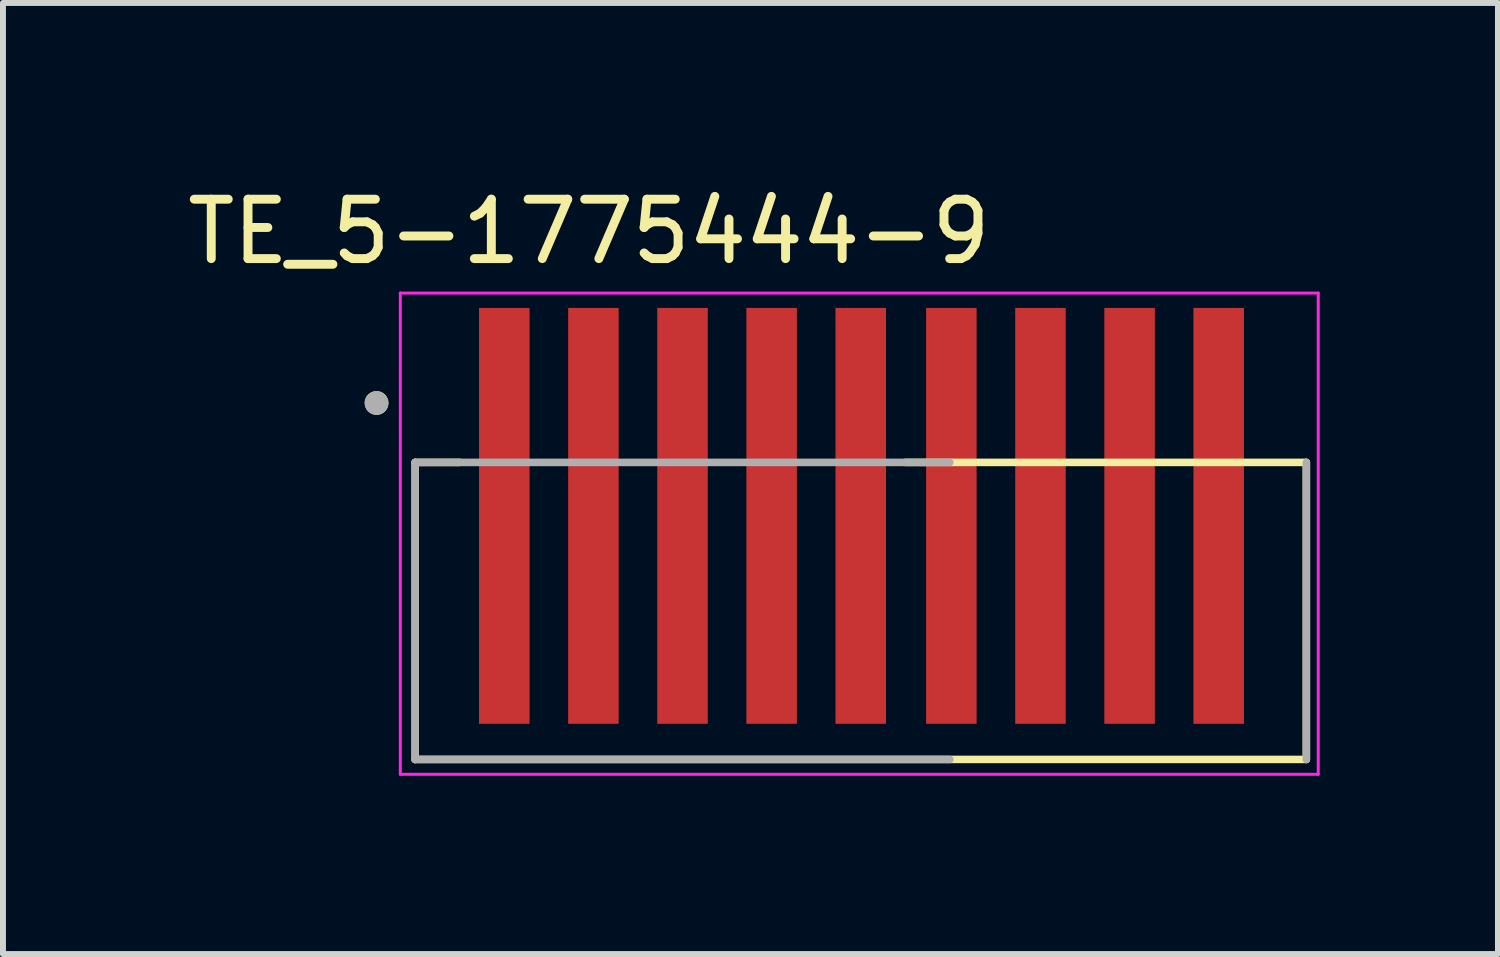
<source format=kicad_pcb>
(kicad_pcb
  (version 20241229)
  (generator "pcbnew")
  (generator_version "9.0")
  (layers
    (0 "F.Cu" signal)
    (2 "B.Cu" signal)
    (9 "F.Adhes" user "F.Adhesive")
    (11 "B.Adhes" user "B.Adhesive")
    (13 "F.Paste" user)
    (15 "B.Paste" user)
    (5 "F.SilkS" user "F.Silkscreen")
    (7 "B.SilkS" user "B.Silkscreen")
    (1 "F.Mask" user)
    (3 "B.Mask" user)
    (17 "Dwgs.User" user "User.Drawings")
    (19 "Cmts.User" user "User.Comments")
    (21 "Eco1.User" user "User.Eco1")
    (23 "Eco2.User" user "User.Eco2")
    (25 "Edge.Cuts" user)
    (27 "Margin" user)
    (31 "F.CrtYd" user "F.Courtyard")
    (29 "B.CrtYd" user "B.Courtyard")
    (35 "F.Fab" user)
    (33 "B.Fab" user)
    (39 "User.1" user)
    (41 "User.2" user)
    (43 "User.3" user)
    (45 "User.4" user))
  (footprint "TE_5-1775444-9"
    (layer "F.Cu")
    (at 8.438 7.233)
    (property "Reference" "TE_5-1775444-9" (at -1.575 -6.385 0) (layer "F.SilkS") (effects (font (size 1 1) (thickness 0.15))))
    (attr smd)
    (fp_poly (pts (xy -3.525 -5.2) (xy -2.475 -5.2) (xy -2.475 -2.45) (xy -3.525 -2.45)) (stroke (width 0.01) (type solid)) (fill yes) (layer "F.Mask"))
    (fp_poly (pts (xy -3.525 -1.65) (xy -2.475 -1.65) (xy -2.475 2) (xy -3.525 2)) (stroke (width 0.01) (type solid)) (fill yes) (layer "F.Mask"))
    (fp_poly (pts (xy -2.025 -5.2) (xy -0.975 -5.2) (xy -0.975 -2.45) (xy -2.025 -2.45)) (stroke (width 0.01) (type solid)) (fill yes) (layer "F.Mask"))
    (fp_poly (pts (xy -2.025 -1.65) (xy -0.975 -1.65) (xy -0.975 2) (xy -2.025 2)) (stroke (width 0.01) (type solid)) (fill yes) (layer "F.Mask"))
    (fp_poly (pts (xy -0.525 -5.2) (xy 0.525 -5.2) (xy 0.525 -2.45) (xy -0.525 -2.45)) (stroke (width 0.01) (type solid)) (fill yes) (layer "F.Mask"))
    (fp_poly (pts (xy -0.525 -1.65) (xy 0.525 -1.65) (xy 0.525 2) (xy -0.525 2)) (stroke (width 0.01) (type solid)) (fill yes) (layer "F.Mask"))
    (fp_poly (pts (xy 0.975 -5.2) (xy 2.025 -5.2) (xy 2.025 -2.45) (xy 0.975 -2.45)) (stroke (width 0.01) (type solid)) (fill yes) (layer "F.Mask"))
    (fp_poly (pts (xy 0.975 -1.65) (xy 2.025 -1.65) (xy 2.025 2) (xy 0.975 2)) (stroke (width 0.01) (type solid)) (fill yes) (layer "F.Mask"))
    (fp_poly (pts (xy 2.475 -5.2) (xy 3.525 -5.2) (xy 3.525 -2.45) (xy 2.475 -2.45)) (stroke (width 0.01) (type solid)) (fill yes) (layer "F.Mask"))
    (fp_poly (pts (xy 2.475 -1.65) (xy 3.525 -1.65) (xy 3.525 2) (xy 2.475 2)) (stroke (width 0.01) (type solid)) (fill yes) (layer "F.Mask"))
    (fp_poly (pts (xy 4 -5.2) (xy 5.05 -5.2) (xy 5.05 -2.45) (xy 4 -2.45)) (stroke (width 0.01) (type solid)) (fill yes) (layer "F.Mask"))
    (fp_poly (pts (xy 4 -1.65) (xy 5.05 -1.65) (xy 5.05 2) (xy 4 2)) (stroke (width 0.01) (type solid)) (fill yes) (layer "F.Mask"))
    (fp_poly (pts (xy 5.5 -5.2) (xy 6.55 -5.2) (xy 6.55 -2.45) (xy 5.5 -2.45)) (stroke (width 0.01) (type solid)) (fill yes) (layer "F.Mask"))
    (fp_poly (pts (xy 5.5 -1.65) (xy 6.55 -1.65) (xy 6.55 2) (xy 5.5 2)) (stroke (width 0.01) (type solid)) (fill yes) (layer "F.Mask"))
    (fp_poly (pts (xy 7 -5.2) (xy 8.05 -5.2) (xy 8.05 -2.45) (xy 7 -2.45)) (stroke (width 0.01) (type solid)) (fill yes) (layer "F.Mask"))
    (fp_poly (pts (xy 7 -1.65) (xy 8.05 -1.65) (xy 8.05 2) (xy 7 2)) (stroke (width 0.01) (type solid)) (fill yes) (layer "F.Mask"))
    (fp_poly (pts (xy 8.5 -5.2) (xy 9.55 -5.2) (xy 9.55 -2.45) (xy 8.5 -2.45)) (stroke (width 0.01) (type solid)) (fill yes) (layer "F.Mask"))
    (fp_poly (pts (xy 8.5 -1.65) (xy 9.55 -1.65) (xy 9.55 2) (xy 8.5 2)) (stroke (width 0.01) (type solid)) (fill yes) (layer "F.Mask"))
    (fp_line (start -4.5 -2.5) (end -3.75 -2.5) (stroke (width 0.127) (type solid)) (layer "F.SilkS"))
    (fp_line (start -4.5 2.5) (end -4.5 -2.5) (stroke (width 0.127) (type solid)) (layer "F.SilkS"))
    (fp_line (start 3.75 -2.5) (end 10.5 -2.5) (stroke (width 0.127) (type solid)) (layer "F.SilkS"))
    (fp_line (start 10.5 -2.5) (end 10.5 2.5) (stroke (width 0.127) (type solid)) (layer "F.SilkS"))
    (fp_line (start 10.5 2.5) (end -4.5 2.5) (stroke (width 0.127) (type solid)) (layer "F.SilkS"))
    (fp_circle (center -5.15 -3.5) (end -5.05 -3.5) (stroke (width 0.2) (type solid)) (fill no) (layer "F.SilkS"))
    (fp_poly (pts (xy -3.425 -5.1) (xy -2.575 -5.1) (xy -2.575 -2.45) (xy -3.425 -2.45)) (stroke (width 0.01) (type solid)) (fill yes) (layer "F.Paste"))
    (fp_poly (pts (xy -3.425 -1.65) (xy -2.575 -1.65) (xy -2.575 1.9) (xy -3.425 1.9)) (stroke (width 0.01) (type solid)) (fill yes) (layer "F.Paste"))
    (fp_poly (pts (xy -1.925 -5.1) (xy -1.075 -5.1) (xy -1.075 -2.45) (xy -1.925 -2.45)) (stroke (width 0.01) (type solid)) (fill yes) (layer "F.Paste"))
    (fp_poly (pts (xy -1.925 -1.65) (xy -1.075 -1.65) (xy -1.075 1.9) (xy -1.925 1.9)) (stroke (width 0.01) (type solid)) (fill yes) (layer "F.Paste"))
    (fp_poly (pts (xy -0.425 -5.1) (xy 0.425 -5.1) (xy 0.425 -2.45) (xy -0.425 -2.45)) (stroke (width 0.01) (type solid)) (fill yes) (layer "F.Paste"))
    (fp_poly (pts (xy -0.425 -1.65) (xy 0.425 -1.65) (xy 0.425 1.9) (xy -0.425 1.9)) (stroke (width 0.01) (type solid)) (fill yes) (layer "F.Paste"))
    (fp_poly (pts (xy 1.075 -5.1) (xy 1.925 -5.1) (xy 1.925 -2.45) (xy 1.075 -2.45)) (stroke (width 0.01) (type solid)) (fill yes) (layer "F.Paste"))
    (fp_poly (pts (xy 1.075 -1.65) (xy 1.925 -1.65) (xy 1.925 1.9) (xy 1.075 1.9)) (stroke (width 0.01) (type solid)) (fill yes) (layer "F.Paste"))
    (fp_poly (pts (xy 2.575 -5.1) (xy 3.425 -5.1) (xy 3.425 -2.45) (xy 2.575 -2.45)) (stroke (width 0.01) (type solid)) (fill yes) (layer "F.Paste"))
    (fp_poly (pts (xy 2.575 -1.65) (xy 3.425 -1.65) (xy 3.425 1.9) (xy 2.575 1.9)) (stroke (width 0.01) (type solid)) (fill yes) (layer "F.Paste"))
    (fp_poly (pts (xy 4.1 -5.1) (xy 4.95 -5.1) (xy 4.95 -2.45) (xy 4.1 -2.45)) (stroke (width 0.01) (type solid)) (fill yes) (layer "F.Paste"))
    (fp_poly (pts (xy 4.1 -1.65) (xy 4.95 -1.65) (xy 4.95 1.9) (xy 4.1 1.9)) (stroke (width 0.01) (type solid)) (fill yes) (layer "F.Paste"))
    (fp_poly (pts (xy 5.6 -5.1) (xy 6.45 -5.1) (xy 6.45 -2.45) (xy 5.6 -2.45)) (stroke (width 0.01) (type solid)) (fill yes) (layer "F.Paste"))
    (fp_poly (pts (xy 5.6 -1.65) (xy 6.45 -1.65) (xy 6.45 1.9) (xy 5.6 1.9)) (stroke (width 0.01) (type solid)) (fill yes) (layer "F.Paste"))
    (fp_poly (pts (xy 7.1 -5.1) (xy 7.95 -5.1) (xy 7.95 -2.45) (xy 7.1 -2.45)) (stroke (width 0.01) (type solid)) (fill yes) (layer "F.Paste"))
    (fp_poly (pts (xy 7.1 -1.65) (xy 7.95 -1.65) (xy 7.95 1.9) (xy 7.1 1.9)) (stroke (width 0.01) (type solid)) (fill yes) (layer "F.Paste"))
    (fp_poly (pts (xy 8.6 -5.1) (xy 9.45 -5.1) (xy 9.45 -2.45) (xy 8.6 -2.45)) (stroke (width 0.01) (type solid)) (fill yes) (layer "F.Paste"))
    (fp_poly (pts (xy 8.6 -1.65) (xy 9.45 -1.65) (xy 9.45 1.9) (xy 8.6 1.9)) (stroke (width 0.01) (type solid)) (fill yes) (layer "F.Paste"))
    (fp_line (start -4.75 -5.35) (end 10.7 -5.35) (stroke (width 0.05) (type solid)) (layer "F.CrtYd"))
    (fp_line (start -4.75 2.75) (end -4.75 -5.35) (stroke (width 0.05) (type solid)) (layer "F.CrtYd"))
    (fp_line (start 10.7 -5.35) (end 10.7 2.75) (stroke (width 0.05) (type solid)) (layer "F.CrtYd"))
    (fp_line (start 10.7 2.75) (end -4.75 2.75) (stroke (width 0.05) (type solid)) (layer "F.CrtYd"))
    (fp_line (start -4.5 -2.5) (end -4.5 2.5) (stroke (width 0.127) (type solid)) (layer "F.Fab"))
    (fp_line (start -4.5 2.5) (end 4.5 2.5) (stroke (width 0.127) (type solid)) (layer "F.Fab"))
    (fp_line (start 4.5 -2.5) (end -4.5 -2.5) (stroke (width 0.127) (type solid)) (layer "F.Fab"))
    (fp_line (start 10.5 2.5) (end 10.5 -2.5) (stroke (width 0.127) (type solid)) (layer "F.Fab"))
    (fp_circle (center -5.15 -3.5) (end -5.05 -3.5) (stroke (width 0.2) (type solid)) (fill no) (layer "F.Fab"))
    (pad "1" smd rect (at -3 -1.6) (size 0.85 7) (layers "F.Cu"))
    (pad "2" smd rect (at -1.5 -1.6) (size 0.85 7) (layers "F.Cu"))
    (pad "3" smd rect (at 0 -1.6) (size 0.85 7) (layers "F.Cu"))
    (pad "4" smd rect (at 1.5 -1.6) (size 0.85 7) (layers "F.Cu"))
    (pad "5" smd rect (at 3 -1.6) (size 0.85 7) (layers "F.Cu"))
    (pad "6" smd rect (at 4.525 -1.6) (size 0.85 7) (layers "F.Cu"))
    (pad "7" smd rect (at 6.025 -1.6) (size 0.85 7) (layers "F.Cu"))
    (pad "8" smd rect (at 7.525 -1.6) (size 0.85 7) (layers "F.Cu"))
    (pad "9" smd rect (at 9.025 -1.6) (size 0.85 7) (layers "F.Cu")))
  (gr_rect
    (start -3 -3)
    (end 22.163 13.008)
    (stroke (width 0.1) (type default))
    (fill no)
    (layer "Edge.Cuts")))
</source>
